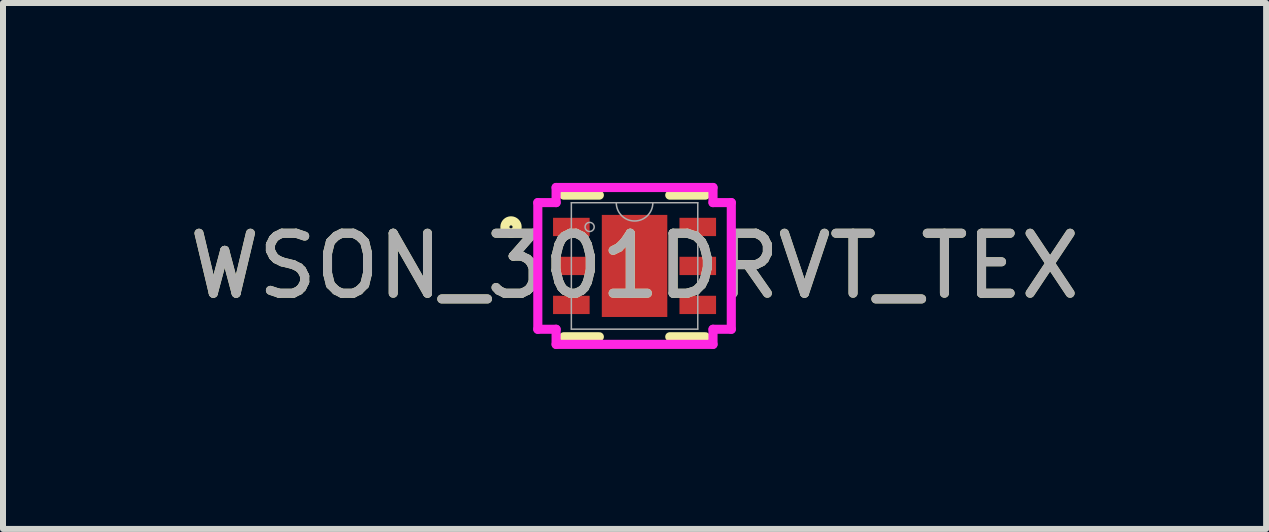
<source format=kicad_pcb>
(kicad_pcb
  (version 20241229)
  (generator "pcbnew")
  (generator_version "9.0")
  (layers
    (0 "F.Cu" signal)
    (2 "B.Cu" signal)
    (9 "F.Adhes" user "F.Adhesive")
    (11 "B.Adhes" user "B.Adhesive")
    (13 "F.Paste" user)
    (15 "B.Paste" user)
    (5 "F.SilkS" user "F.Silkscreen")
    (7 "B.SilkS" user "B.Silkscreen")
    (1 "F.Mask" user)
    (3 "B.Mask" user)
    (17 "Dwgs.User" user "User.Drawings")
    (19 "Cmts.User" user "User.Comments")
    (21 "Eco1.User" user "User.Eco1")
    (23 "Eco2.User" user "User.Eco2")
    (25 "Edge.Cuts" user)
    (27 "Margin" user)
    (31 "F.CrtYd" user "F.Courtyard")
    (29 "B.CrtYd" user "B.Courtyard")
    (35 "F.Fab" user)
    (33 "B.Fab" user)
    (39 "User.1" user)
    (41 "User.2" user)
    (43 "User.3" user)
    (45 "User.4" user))
  (footprint "WSON_301DRVT_TEX"
    (layer "F.Cu")
    (at 7.53 1.384)
    (property "Reference" "WSON_301DRVT_TEX" (at 0 0 0) (unlocked yes) (layer "F.SilkS") (effects (font (size 1 1) (thickness 0.15))))
    (attr smd)
    (fp_line (start -1.181 1.181) (end -0.587 1.181) (stroke (width 0.152) (type solid)) (layer "F.SilkS"))
    (fp_line (start -0.587 -1.181) (end -1.181 -1.181) (stroke (width 0.152) (type solid)) (layer "F.SilkS"))
    (fp_line (start 0.587 1.181) (end 1.181 1.181) (stroke (width 0.152) (type solid)) (layer "F.SilkS"))
    (fp_line (start 1.181 -1.181) (end 0.587 -1.181) (stroke (width 0.152) (type solid)) (layer "F.SilkS"))
    (fp_circle (center -2.06 -0.65) (end -1.958 -0.65) (stroke (width 0.152) (type solid)) (fill no) (layer "F.SilkS"))
    (fp_line (start -1.613 -1.056) (end -1.308 -1.056) (stroke (width 0.152) (type solid)) (layer "F.CrtYd"))
    (fp_line (start -1.613 1.056) (end -1.613 -1.056) (stroke (width 0.152) (type solid)) (layer "F.CrtYd"))
    (fp_line (start -1.613 1.056) (end -1.308 1.056) (stroke (width 0.152) (type solid)) (layer "F.CrtYd"))
    (fp_line (start -1.308 -1.308) (end 1.308 -1.308) (stroke (width 0.152) (type solid)) (layer "F.CrtYd"))
    (fp_line (start -1.308 -1.056) (end -1.308 -1.308) (stroke (width 0.152) (type solid)) (layer "F.CrtYd"))
    (fp_line (start -1.308 1.308) (end -1.308 1.056) (stroke (width 0.152) (type solid)) (layer "F.CrtYd"))
    (fp_line (start 1.308 -1.308) (end 1.308 -1.056) (stroke (width 0.152) (type solid)) (layer "F.CrtYd"))
    (fp_line (start 1.308 1.056) (end 1.308 1.308) (stroke (width 0.152) (type solid)) (layer "F.CrtYd"))
    (fp_line (start 1.308 1.308) (end -1.308 1.308) (stroke (width 0.152) (type solid)) (layer "F.CrtYd"))
    (fp_line (start 1.613 -1.056) (end 1.308 -1.056) (stroke (width 0.152) (type solid)) (layer "F.CrtYd"))
    (fp_line (start 1.613 -1.056) (end 1.613 1.056) (stroke (width 0.152) (type solid)) (layer "F.CrtYd"))
    (fp_line (start 1.613 1.056) (end 1.308 1.056) (stroke (width 0.152) (type solid)) (layer "F.CrtYd"))
    (fp_line (start -1.054 -1.054) (end -1.054 1.054) (stroke (width 0.025) (type solid)) (layer "F.Fab"))
    (fp_line (start -1.054 1.054) (end 1.054 1.054) (stroke (width 0.025) (type solid)) (layer "F.Fab"))
    (fp_line (start 1.054 -1.054) (end -1.054 -1.054) (stroke (width 0.025) (type solid)) (layer "F.Fab"))
    (fp_line (start 1.054 1.054) (end 1.054 -1.054) (stroke (width 0.025) (type solid)) (layer "F.Fab"))
    (fp_arc (start 0.3048 -1.0541) (mid 0 -0.7493) (end -0.3048 -1.0541) (stroke (width 0.0254) (type solid)) (layer "F.Fab"))
    (fp_circle (center -0.749 -0.65) (end -0.673 -0.65) (stroke (width 0.025) (type solid)) (fill no) (layer "F.Fab"))
    (fp_text user "${REFERENCE}" (at 0 0 0) (unlocked yes) (layer "F.Fab") (effects (font (size 1 1) (thickness 0.15))))
    (pad "1" smd rect (at -1.054 -0.65) (size 0.61 0.305) (layers "F.Cu" "F.Mask" "F.Paste"))
    (pad "2" smd rect (at -1.054 0) (size 0.61 0.305) (layers "F.Cu" "F.Mask" "F.Paste"))
    (pad "3" smd rect (at -1.054 0.65) (size 0.61 0.305) (layers "F.Cu" "F.Mask" "F.Paste"))
    (pad "4" smd rect (at 1.054 0.65) (size 0.61 0.305) (layers "F.Cu" "F.Mask" "F.Paste"))
    (pad "5" smd rect (at 1.054 0) (size 0.61 0.305) (layers "F.Cu" "F.Mask" "F.Paste"))
    (pad "6" smd rect (at 1.054 -0.65) (size 0.61 0.305) (layers "F.Cu" "F.Mask" "F.Paste"))
    (pad "7" smd rect (at 0 0) (size 1.092 1.702) (layers "F.Cu" "F.Mask" "F.Paste")))
  (gr_rect
    (start -3 -3)
    (end 18.06 5.769)
    (stroke (width 0.1) (type default))
    (fill no)
    (layer "Edge.Cuts")))
</source>
